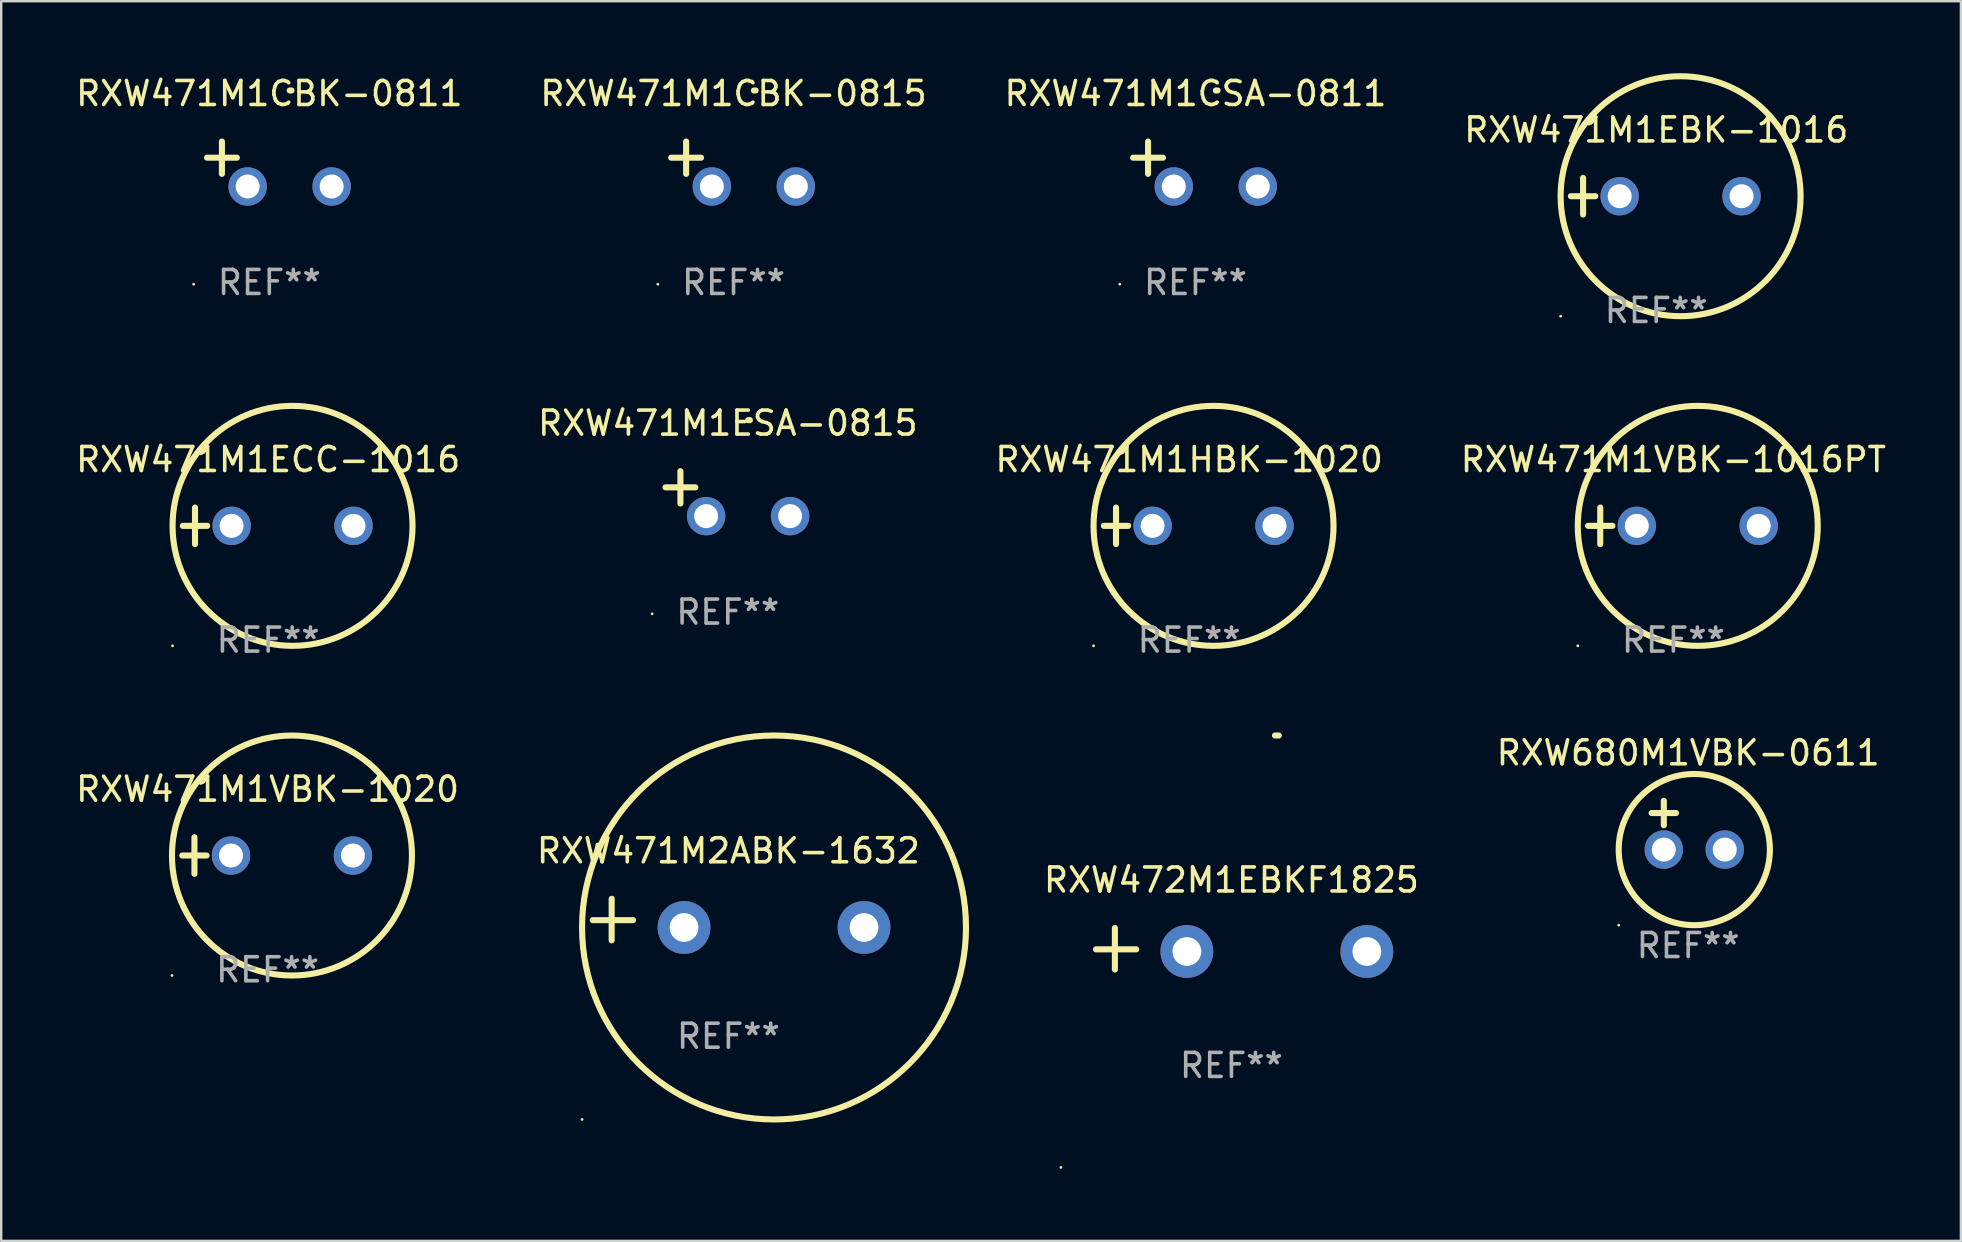
<source format=kicad_pcb>
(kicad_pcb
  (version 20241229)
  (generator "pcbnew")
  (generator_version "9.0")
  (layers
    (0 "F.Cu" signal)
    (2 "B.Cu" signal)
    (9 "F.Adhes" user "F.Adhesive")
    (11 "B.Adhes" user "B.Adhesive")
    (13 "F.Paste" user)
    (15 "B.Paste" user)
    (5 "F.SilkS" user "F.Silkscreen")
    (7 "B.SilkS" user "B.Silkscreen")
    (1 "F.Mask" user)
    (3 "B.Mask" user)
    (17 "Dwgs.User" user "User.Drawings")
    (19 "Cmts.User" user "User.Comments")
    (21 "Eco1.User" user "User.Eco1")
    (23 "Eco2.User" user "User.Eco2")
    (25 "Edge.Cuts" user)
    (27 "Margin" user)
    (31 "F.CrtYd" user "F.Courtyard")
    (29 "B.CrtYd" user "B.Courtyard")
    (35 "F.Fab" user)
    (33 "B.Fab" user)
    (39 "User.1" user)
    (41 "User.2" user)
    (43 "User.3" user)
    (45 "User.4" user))
  (footprint "RXW471M2ABK-1632"
    (layer "F.Cu")
    (at 27.304 35.271)
    (property "Reference" "RXW471M2ABK-1632" (at 0 -2.864 0) (layer "F.SilkS") (effects (font (size 1 1) (thickness 0.15))))
    (attr through_hole)
    (fp_line (start -4.864 0.864) (end -4.864 -0.864) (stroke (width 0.254) (type solid)) (layer "F.SilkS"))
    (fp_line (start -3.975 0.025) (end -5.652 0.025) (stroke (width 0.254) (type solid)) (layer "F.SilkS"))
    (fp_circle (center -6.098 8.33) (end -6.068 8.33) (stroke (width 0.06) (type solid)) (fill no) (layer "F.SilkS"))
    (fp_circle (center 1.902 0.33) (end 9.902 0.33) (stroke (width 0.254) (type solid)) (fill no) (layer "F.SilkS"))
    (fp_text user "REF**" (at 0 4.864 0) (layer "F.Fab") (effects (font (size 1 1) (thickness 0.15))))
    (pad "1" thru_hole circle (at -1.848 0.33) (size 2.2 2.2) (drill 1.2) (layers "*.Cu" "*.Mask"))
    (pad "2" thru_hole circle (at 5.652 0.33) (size 2.2 2.2) (drill 1.2) (layers "*.Cu" "*.Mask")))
  (footprint "RXW680M1VBK-0611"
    (layer "F.Cu")
    (at 67.302 31.339)
    (property "Reference" "RXW680M1VBK-0611" (at 0 -3.016 0) (layer "F.SilkS") (effects (font (size 1 1) (thickness 0.15))))
    (attr through_hole)
    (fp_line (start -1.524 -0.508) (end -0.508 -0.508) (stroke (width 0.254) (type solid)) (layer "F.SilkS"))
    (fp_line (start -1.016 -1.016) (end -1.016 0) (stroke (width 0.254) (type solid)) (layer "F.SilkS"))
    (fp_circle (center -2.896 4.166) (end -2.866 4.166) (stroke (width 0.06) (type solid)) (fill no) (layer "F.SilkS"))
    (fp_circle (center 0.254 1.016) (end 3.404 1.016) (stroke (width 0.254) (type solid)) (fill no) (layer "F.SilkS"))
    (fp_text user "REF**" (at 0 5.016 0) (layer "F.Fab") (effects (font (size 1 1) (thickness 0.15))))
    (pad "1" thru_hole circle (at -1.016 1.016) (size 1.6 1.6) (drill 1) (layers "*.Cu" "*.Mask"))
    (pad "2" thru_hole circle (at 1.524 1.016) (size 1.6 1.6) (drill 1) (layers "*.Cu" "*.Mask")))
  (footprint "RXW471M1VBK-1020"
    (layer "F.Cu")
    (at 8.101 32.602)
    (property "Reference" "RXW471M1VBK-1020" (at 0 -2.762 0) (layer "F.SilkS") (effects (font (size 1 1) (thickness 0.15))))
    (attr through_hole)
    (fp_line (start -3.556 0) (end -2.54 0) (stroke (width 0.254) (type solid)) (layer "F.SilkS"))
    (fp_line (start -3.048 -0.762) (end -3.048 0.762) (stroke (width 0.254) (type solid)) (layer "F.SilkS"))
    (fp_circle (center -3.984 5) (end -3.954 5) (stroke (width 0.06) (type solid)) (fill no) (layer "F.SilkS"))
    (fp_circle (center 1.016 0) (end 6.016 0) (stroke (width 0.254) (type solid)) (fill no) (layer "F.SilkS"))
    (fp_text user "REF**" (at 0 4.762 0) (layer "F.Fab") (effects (font (size 1 1) (thickness 0.15))))
    (pad "1" thru_hole circle (at -1.524 0) (size 1.6 1.6) (drill 1) (layers "*.Cu" "*.Mask"))
    (pad "2" thru_hole circle (at 3.556 0) (size 1.6 1.6) (drill 1) (layers "*.Cu" "*.Mask")))
  (footprint "RXW471M1EBK-1016"
    (layer "F.Cu")
    (at 65.97 5.127)
    (property "Reference" "RXW471M1EBK-1016" (at 0 -2.762 0) (layer "F.SilkS") (effects (font (size 1 1) (thickness 0.15))))
    (attr through_hole)
    (fp_line (start -3.556 0) (end -2.54 0) (stroke (width 0.254) (type solid)) (layer "F.SilkS"))
    (fp_line (start -3.048 -0.762) (end -3.048 0.762) (stroke (width 0.254) (type solid)) (layer "F.SilkS"))
    (fp_circle (center -3.984 5) (end -3.954 5) (stroke (width 0.06) (type solid)) (fill no) (layer "F.SilkS"))
    (fp_circle (center 1.016 0) (end 6.016 0) (stroke (width 0.254) (type solid)) (fill no) (layer "F.SilkS"))
    (fp_text user "REF**" (at 0 4.762 0) (layer "F.Fab") (effects (font (size 1 1) (thickness 0.15))))
    (pad "1" thru_hole circle (at -1.524 0) (size 1.6 1.6) (drill 1) (layers "*.Cu" "*.Mask"))
    (pad "2" thru_hole circle (at 3.556 0) (size 1.6 1.6) (drill 1) (layers "*.Cu" "*.Mask")))
  (footprint "RXW471M1CBK-0815"
    (layer "F.Cu")
    (at 27.518 3.785)
    (property "Reference" "RXW471M1CBK-0815" (at 0 -2.937 0) (layer "F.SilkS") (effects (font (size 1 1) (thickness 0.15))))
    (attr through_hole)
    (fp_line (start -1.975 0.41) (end -1.975 -0.937) (stroke (width 0.254) (type solid)) (layer "F.SilkS"))
    (fp_line (start -1.353 -0.263) (end -2.597 -0.263) (stroke (width 0.254) (type solid)) (layer "F.SilkS"))
    (fp_arc (start 0.849809 -3.063957) (mid 0.885369 -3.064114) (end 0.920929 -3.063957) (stroke (width 0.254001) (type solid)) (layer "F.SilkS"))
    (fp_circle (center -3.154 5.008) (end -3.124 5.008) (stroke (width 0.06) (type solid)) (fill no) (layer "F.SilkS"))
    (fp_text user "REF**" (at 0 4.937 0) (layer "F.Fab") (effects (font (size 1 1) (thickness 0.15))))
    (pad "1" thru_hole circle (at -0.903 0.937) (size 1.6 1.6) (drill 1) (layers "*.Cu" "*.Mask"))
    (pad "2" thru_hole circle (at 2.597 0.937) (size 1.6 1.6) (drill 1) (layers "*.Cu" "*.Mask")))
  (footprint "RXW471M1CSA-0811"
    (layer "F.Cu")
    (at 46.768 3.785)
    (property "Reference" "RXW471M1CSA-0811" (at 0 -2.937 0) (layer "F.SilkS") (effects (font (size 1 1) (thickness 0.15))))
    (attr through_hole)
    (fp_line (start -1.975 0.41) (end -1.975 -0.937) (stroke (width 0.254) (type solid)) (layer "F.SilkS"))
    (fp_line (start -1.353 -0.263) (end -2.597 -0.263) (stroke (width 0.254) (type solid)) (layer "F.SilkS"))
    (fp_arc (start 0.849809 -3.063957) (mid 0.885369 -3.064114) (end 0.920929 -3.063957) (stroke (width 0.254001) (type solid)) (layer "F.SilkS"))
    (fp_circle (center -3.154 5.008) (end -3.124 5.008) (stroke (width 0.06) (type solid)) (fill no) (layer "F.SilkS"))
    (fp_text user "REF**" (at 0 4.937 0) (layer "F.Fab") (effects (font (size 1 1) (thickness 0.15))))
    (pad "1" thru_hole circle (at -0.903 0.937) (size 1.6 1.6) (drill 1) (layers "*.Cu" "*.Mask"))
    (pad "2" thru_hole circle (at 2.597 0.937) (size 1.6 1.6) (drill 1) (layers "*.Cu" "*.Mask")))
  (footprint "RXW471M1CBK-0811"
    (layer "F.Cu")
    (at 8.173 3.785)
    (property "Reference" "RXW471M1CBK-0811" (at 0 -2.937 0) (layer "F.SilkS") (effects (font (size 1 1) (thickness 0.15))))
    (attr through_hole)
    (fp_line (start -1.975 0.41) (end -1.975 -0.937) (stroke (width 0.254) (type solid)) (layer "F.SilkS"))
    (fp_line (start -1.353 -0.263) (end -2.597 -0.263) (stroke (width 0.254) (type solid)) (layer "F.SilkS"))
    (fp_arc (start 0.849809 -3.063957) (mid 0.885369 -3.064114) (end 0.920929 -3.063957) (stroke (width 0.254001) (type solid)) (layer "F.SilkS"))
    (fp_circle (center -3.154 5.008) (end -3.124 5.008) (stroke (width 0.06) (type solid)) (fill no) (layer "F.SilkS"))
    (fp_text user "REF**" (at 0 4.937 0) (layer "F.Fab") (effects (font (size 1 1) (thickness 0.15))))
    (pad "1" thru_hole circle (at -0.903 0.937) (size 1.6 1.6) (drill 1) (layers "*.Cu" "*.Mask"))
    (pad "2" thru_hole circle (at 2.597 0.937) (size 1.6 1.6) (drill 1) (layers "*.Cu" "*.Mask")))
  (footprint "RXW471M1ESA-0815"
    (layer "F.Cu")
    (at 27.28 17.522)
    (property "Reference" "RXW471M1ESA-0815" (at 0 -2.937 0) (layer "F.SilkS") (effects (font (size 1 1) (thickness 0.15))))
    (attr through_hole)
    (fp_line (start -1.975 0.41) (end -1.975 -0.937) (stroke (width 0.254) (type solid)) (layer "F.SilkS"))
    (fp_line (start -1.353 -0.263) (end -2.597 -0.263) (stroke (width 0.254) (type solid)) (layer "F.SilkS"))
    (fp_arc (start 0.849809 -3.063957) (mid 0.885369 -3.064114) (end 0.920929 -3.063957) (stroke (width 0.254001) (type solid)) (layer "F.SilkS"))
    (fp_circle (center -3.154 5.008) (end -3.124 5.008) (stroke (width 0.06) (type solid)) (fill no) (layer "F.SilkS"))
    (fp_text user "REF**" (at 0 4.937 0) (layer "F.Fab") (effects (font (size 1 1) (thickness 0.15))))
    (pad "1" thru_hole circle (at -0.903 0.937) (size 1.6 1.6) (drill 1) (layers "*.Cu" "*.Mask"))
    (pad "2" thru_hole circle (at 2.597 0.937) (size 1.6 1.6) (drill 1) (layers "*.Cu" "*.Mask")))
  (footprint "RXW471M1VBK-1016PT"
    (layer "F.Cu")
    (at 66.685 18.864)
    (property "Reference" "RXW471M1VBK-1016PT" (at 0 -2.762 0) (layer "F.SilkS") (effects (font (size 1 1) (thickness 0.15))))
    (attr through_hole)
    (fp_line (start -3.556 0) (end -2.54 0) (stroke (width 0.254) (type solid)) (layer "F.SilkS"))
    (fp_line (start -3.048 -0.762) (end -3.048 0.762) (stroke (width 0.254) (type solid)) (layer "F.SilkS"))
    (fp_circle (center -3.984 5) (end -3.954 5) (stroke (width 0.06) (type solid)) (fill no) (layer "F.SilkS"))
    (fp_circle (center 1.016 0) (end 6.016 0) (stroke (width 0.254) (type solid)) (fill no) (layer "F.SilkS"))
    (fp_text user "REF**" (at 0 4.762 0) (layer "F.Fab") (effects (font (size 1 1) (thickness 0.15))))
    (pad "1" thru_hole circle (at -1.524 0) (size 1.6 1.6) (drill 1) (layers "*.Cu" "*.Mask"))
    (pad "2" thru_hole circle (at 3.556 0) (size 1.6 1.6) (drill 1) (layers "*.Cu" "*.Mask")))
  (footprint "RXW471M1ECC-1016"
    (layer "F.Cu")
    (at 8.125 18.864)
    (property "Reference" "RXW471M1ECC-1016" (at 0 -2.762 0) (layer "F.SilkS") (effects (font (size 1 1) (thickness 0.15))))
    (attr through_hole)
    (fp_line (start -3.556 0) (end -2.54 0) (stroke (width 0.254) (type solid)) (layer "F.SilkS"))
    (fp_line (start -3.048 -0.762) (end -3.048 0.762) (stroke (width 0.254) (type solid)) (layer "F.SilkS"))
    (fp_circle (center -3.984 5) (end -3.954 5) (stroke (width 0.06) (type solid)) (fill no) (layer "F.SilkS"))
    (fp_circle (center 1.016 0) (end 6.016 0) (stroke (width 0.254) (type solid)) (fill no) (layer "F.SilkS"))
    (fp_text user "REF**" (at 0 4.762 0) (layer "F.Fab") (effects (font (size 1 1) (thickness 0.15))))
    (pad "1" thru_hole circle (at -1.524 0) (size 1.6 1.6) (drill 1) (layers "*.Cu" "*.Mask"))
    (pad "2" thru_hole circle (at 3.556 0) (size 1.6 1.6) (drill 1) (layers "*.Cu" "*.Mask")))
  (footprint "RXW471M1HBK-1020"
    (layer "F.Cu")
    (at 46.506 18.864)
    (property "Reference" "RXW471M1HBK-1020" (at 0 -2.762 0) (layer "F.SilkS") (effects (font (size 1 1) (thickness 0.15))))
    (attr through_hole)
    (fp_line (start -3.556 0) (end -2.54 0) (stroke (width 0.254) (type solid)) (layer "F.SilkS"))
    (fp_line (start -3.048 -0.762) (end -3.048 0.762) (stroke (width 0.254) (type solid)) (layer "F.SilkS"))
    (fp_circle (center -3.984 5) (end -3.954 5) (stroke (width 0.06) (type solid)) (fill no) (layer "F.SilkS"))
    (fp_circle (center 1.016 0) (end 6.016 0) (stroke (width 0.254) (type solid)) (fill no) (layer "F.SilkS"))
    (fp_text user "REF**" (at 0 4.762 0) (layer "F.Fab") (effects (font (size 1 1) (thickness 0.15))))
    (pad "1" thru_hole circle (at -1.524 0) (size 1.6 1.6) (drill 1) (layers "*.Cu" "*.Mask"))
    (pad "2" thru_hole circle (at 3.556 0) (size 1.6 1.6) (drill 1) (layers "*.Cu" "*.Mask")))
  (footprint "RXW472M1EBKF1825"
    (layer "F.Cu")
    (at 48.267 36.487)
    (property "Reference" "RXW472M1EBKF1825" (at 0 -2.864 0) (layer "F.SilkS") (effects (font (size 1 1) (thickness 0.15))))
    (attr through_hole)
    (fp_line (start -4.856 0.864) (end -4.856 -0.864) (stroke (width 0.254) (type solid)) (layer "F.SilkS"))
    (fp_line (start -3.967 0.025) (end -5.644 0.025) (stroke (width 0.254) (type solid)) (layer "F.SilkS"))
    (fp_arc (start 1.815024 -8.885649) (mid 1.893764 -8.88599) (end 1.972504 -8.885649) (stroke (width 0.254001) (type solid)) (layer "F.SilkS"))
    (fp_circle (center -7.106 9.114) (end -7.076 9.114) (stroke (width 0.06) (type solid)) (fill no) (layer "F.SilkS"))
    (fp_text user "REF**" (at 0 4.864 0) (layer "F.Fab") (effects (font (size 1 1) (thickness 0.15))))
    (pad "1" thru_hole circle (at -1.856 0.114) (size 2.2 2.2) (drill 1.2) (layers "*.Cu" "*.Mask"))
    (pad "2" thru_hole circle (at 5.644 0.114) (size 2.2 2.2) (drill 1.2) (layers "*.Cu" "*.Mask")))
  (gr_rect
    (start -3 -3)
    (end 78.667 48.661)
    (stroke (width 0.1) (type default))
    (fill no)
    (layer "Edge.Cuts")))
</source>
